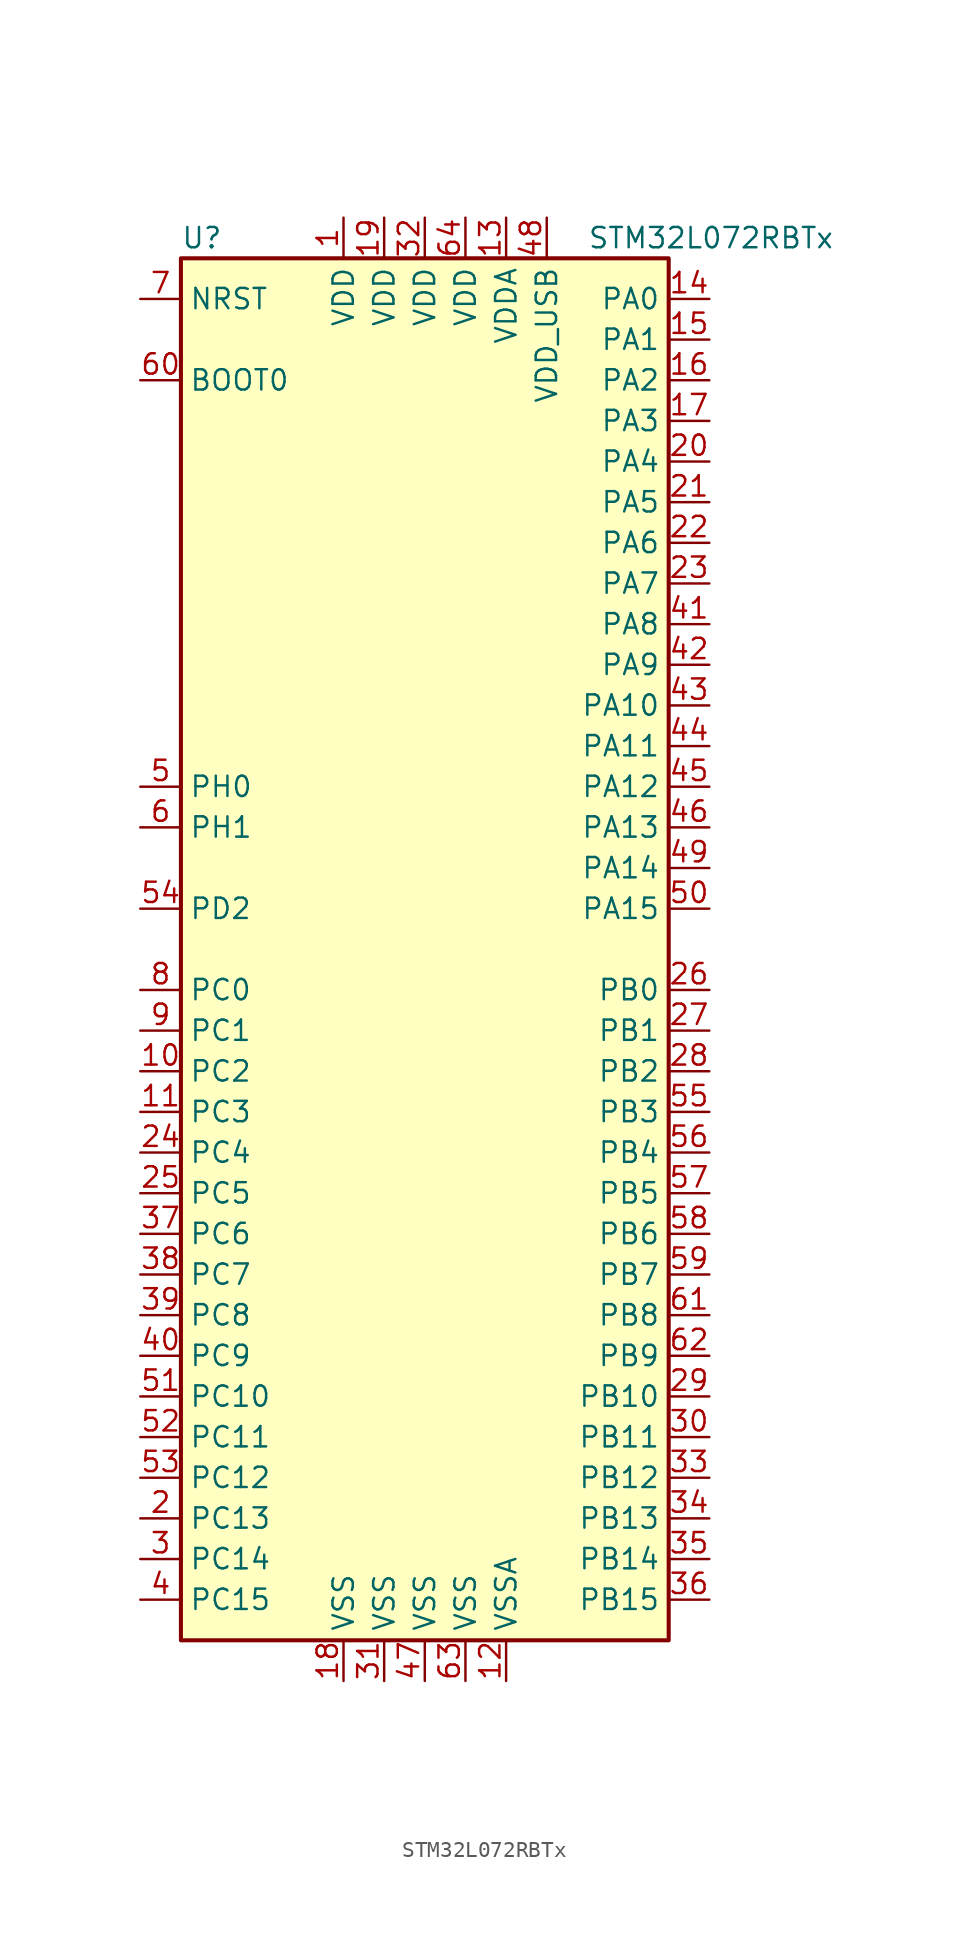
<source format=kicad_sym>
(kicad_symbol_lib
  (version 20201005)
  (generator kicad_symbol_editor)
  (symbol "MCU_ST_STM32L0:STM32L072RBTx"
    (property "Reference" "U"
      (at -15.24 44.45 0)
      (effects (font (size 1.27 1.27)) (justify left)))
    (property "Value" "STM32L072RBTx"
      (at 10.16 44.45 0)
      (effects (font (size 1.27 1.27)) (justify left)))
    (symbol "STM32L072RBTx_0_1"
      (rectangle (start -15.24 -43.18) (end 15.24 43.18) (stroke (width 0.254)) (fill (type background))))
    (symbol "STM32L072RBTx_1_1"
      (pin input line (at -17.78 35.56 0) (length 2.54) (name "BOOT0" (effects (font (size 1.27 1.27)))) (number "60" (effects (font (size 1.27 1.27)))))
      (pin input line (at -17.78 40.64 0) (length 2.54) (name "NRST" (effects (font (size 1.27 1.27)))) (number "7" (effects (font (size 1.27 1.27)))))
      (pin bidirectional line (at 17.78 40.64 180) (length 2.54) (name "PA0" (effects (font (size 1.27 1.27)))) (number "14" (effects (font (size 1.27 1.27)))))
      (pin bidirectional line (at 17.78 38.1 180) (length 2.54) (name "PA1" (effects (font (size 1.27 1.27)))) (number "15" (effects (font (size 1.27 1.27)))))
      (pin bidirectional line (at 17.78 15.24 180) (length 2.54) (name "PA10" (effects (font (size 1.27 1.27)))) (number "43" (effects (font (size 1.27 1.27)))))
      (pin bidirectional line (at 17.78 12.7 180) (length 2.54) (name "PA11" (effects (font (size 1.27 1.27)))) (number "44" (effects (font (size 1.27 1.27)))))
      (pin bidirectional line (at 17.78 10.16 180) (length 2.54) (name "PA12" (effects (font (size 1.27 1.27)))) (number "45" (effects (font (size 1.27 1.27)))))
      (pin bidirectional line (at 17.78 7.62 180) (length 2.54) (name "PA13" (effects (font (size 1.27 1.27)))) (number "46" (effects (font (size 1.27 1.27)))))
      (pin bidirectional line (at 17.78 5.08 180) (length 2.54) (name "PA14" (effects (font (size 1.27 1.27)))) (number "49" (effects (font (size 1.27 1.27)))))
      (pin bidirectional line (at 17.78 2.54 180) (length 2.54) (name "PA15" (effects (font (size 1.27 1.27)))) (number "50" (effects (font (size 1.27 1.27)))))
      (pin bidirectional line (at 17.78 35.56 180) (length 2.54) (name "PA2" (effects (font (size 1.27 1.27)))) (number "16" (effects (font (size 1.27 1.27)))))
      (pin bidirectional line (at 17.78 33.02 180) (length 2.54) (name "PA3" (effects (font (size 1.27 1.27)))) (number "17" (effects (font (size 1.27 1.27)))))
      (pin bidirectional line (at 17.78 30.48 180) (length 2.54) (name "PA4" (effects (font (size 1.27 1.27)))) (number "20" (effects (font (size 1.27 1.27)))))
      (pin bidirectional line (at 17.78 27.94 180) (length 2.54) (name "PA5" (effects (font (size 1.27 1.27)))) (number "21" (effects (font (size 1.27 1.27)))))
      (pin bidirectional line (at 17.78 25.4 180) (length 2.54) (name "PA6" (effects (font (size 1.27 1.27)))) (number "22" (effects (font (size 1.27 1.27)))))
      (pin bidirectional line (at 17.78 22.86 180) (length 2.54) (name "PA7" (effects (font (size 1.27 1.27)))) (number "23" (effects (font (size 1.27 1.27)))))
      (pin bidirectional line (at 17.78 20.32 180) (length 2.54) (name "PA8" (effects (font (size 1.27 1.27)))) (number "41" (effects (font (size 1.27 1.27)))))
      (pin bidirectional line (at 17.78 17.78 180) (length 2.54) (name "PA9" (effects (font (size 1.27 1.27)))) (number "42" (effects (font (size 1.27 1.27)))))
      (pin bidirectional line (at 17.78 -2.54 180) (length 2.54) (name "PB0" (effects (font (size 1.27 1.27)))) (number "26" (effects (font (size 1.27 1.27)))))
      (pin bidirectional line (at 17.78 -5.08 180) (length 2.54) (name "PB1" (effects (font (size 1.27 1.27)))) (number "27" (effects (font (size 1.27 1.27)))))
      (pin bidirectional line (at 17.78 -27.94 180) (length 2.54) (name "PB10" (effects (font (size 1.27 1.27)))) (number "29" (effects (font (size 1.27 1.27)))))
      (pin bidirectional line (at 17.78 -30.48 180) (length 2.54) (name "PB11" (effects (font (size 1.27 1.27)))) (number "30" (effects (font (size 1.27 1.27)))))
      (pin bidirectional line (at 17.78 -33.02 180) (length 2.54) (name "PB12" (effects (font (size 1.27 1.27)))) (number "33" (effects (font (size 1.27 1.27)))))
      (pin bidirectional line (at 17.78 -35.56 180) (length 2.54) (name "PB13" (effects (font (size 1.27 1.27)))) (number "34" (effects (font (size 1.27 1.27)))))
      (pin bidirectional line (at 17.78 -38.1 180) (length 2.54) (name "PB14" (effects (font (size 1.27 1.27)))) (number "35" (effects (font (size 1.27 1.27)))))
      (pin bidirectional line (at 17.78 -40.64 180) (length 2.54) (name "PB15" (effects (font (size 1.27 1.27)))) (number "36" (effects (font (size 1.27 1.27)))))
      (pin bidirectional line (at 17.78 -7.62 180) (length 2.54) (name "PB2" (effects (font (size 1.27 1.27)))) (number "28" (effects (font (size 1.27 1.27)))))
      (pin bidirectional line (at 17.78 -10.16 180) (length 2.54) (name "PB3" (effects (font (size 1.27 1.27)))) (number "55" (effects (font (size 1.27 1.27)))))
      (pin bidirectional line (at 17.78 -12.7 180) (length 2.54) (name "PB4" (effects (font (size 1.27 1.27)))) (number "56" (effects (font (size 1.27 1.27)))))
      (pin bidirectional line (at 17.78 -15.24 180) (length 2.54) (name "PB5" (effects (font (size 1.27 1.27)))) (number "57" (effects (font (size 1.27 1.27)))))
      (pin bidirectional line (at 17.78 -17.78 180) (length 2.54) (name "PB6" (effects (font (size 1.27 1.27)))) (number "58" (effects (font (size 1.27 1.27)))))
      (pin bidirectional line (at 17.78 -20.32 180) (length 2.54) (name "PB7" (effects (font (size 1.27 1.27)))) (number "59" (effects (font (size 1.27 1.27)))))
      (pin bidirectional line (at 17.78 -22.86 180) (length 2.54) (name "PB8" (effects (font (size 1.27 1.27)))) (number "61" (effects (font (size 1.27 1.27)))))
      (pin bidirectional line (at 17.78 -25.4 180) (length 2.54) (name "PB9" (effects (font (size 1.27 1.27)))) (number "62" (effects (font (size 1.27 1.27)))))
      (pin bidirectional line (at -17.78 -2.54 0) (length 2.54) (name "PC0" (effects (font (size 1.27 1.27)))) (number "8" (effects (font (size 1.27 1.27)))))
      (pin bidirectional line (at -17.78 -5.08 0) (length 2.54) (name "PC1" (effects (font (size 1.27 1.27)))) (number "9" (effects (font (size 1.27 1.27)))))
      (pin bidirectional line (at -17.78 -27.94 0) (length 2.54) (name "PC10" (effects (font (size 1.27 1.27)))) (number "51" (effects (font (size 1.27 1.27)))))
      (pin bidirectional line (at -17.78 -30.48 0) (length 2.54) (name "PC11" (effects (font (size 1.27 1.27)))) (number "52" (effects (font (size 1.27 1.27)))))
      (pin bidirectional line (at -17.78 -33.02 0) (length 2.54) (name "PC12" (effects (font (size 1.27 1.27)))) (number "53" (effects (font (size 1.27 1.27)))))
      (pin bidirectional line (at -17.78 -35.56 0) (length 2.54) (name "PC13" (effects (font (size 1.27 1.27)))) (number "2" (effects (font (size 1.27 1.27)))))
      (pin bidirectional line (at -17.78 -38.1 0) (length 2.54) (name "PC14" (effects (font (size 1.27 1.27)))) (number "3" (effects (font (size 1.27 1.27)))))
      (pin bidirectional line (at -17.78 -40.64 0) (length 2.54) (name "PC15" (effects (font (size 1.27 1.27)))) (number "4" (effects (font (size 1.27 1.27)))))
      (pin bidirectional line (at -17.78 -7.62 0) (length 2.54) (name "PC2" (effects (font (size 1.27 1.27)))) (number "10" (effects (font (size 1.27 1.27)))))
      (pin bidirectional line (at -17.78 -10.16 0) (length 2.54) (name "PC3" (effects (font (size 1.27 1.27)))) (number "11" (effects (font (size 1.27 1.27)))))
      (pin bidirectional line (at -17.78 -12.7 0) (length 2.54) (name "PC4" (effects (font (size 1.27 1.27)))) (number "24" (effects (font (size 1.27 1.27)))))
      (pin bidirectional line (at -17.78 -15.24 0) (length 2.54) (name "PC5" (effects (font (size 1.27 1.27)))) (number "25" (effects (font (size 1.27 1.27)))))
      (pin bidirectional line (at -17.78 -17.78 0) (length 2.54) (name "PC6" (effects (font (size 1.27 1.27)))) (number "37" (effects (font (size 1.27 1.27)))))
      (pin bidirectional line (at -17.78 -20.32 0) (length 2.54) (name "PC7" (effects (font (size 1.27 1.27)))) (number "38" (effects (font (size 1.27 1.27)))))
      (pin bidirectional line (at -17.78 -22.86 0) (length 2.54) (name "PC8" (effects (font (size 1.27 1.27)))) (number "39" (effects (font (size 1.27 1.27)))))
      (pin bidirectional line (at -17.78 -25.4 0) (length 2.54) (name "PC9" (effects (font (size 1.27 1.27)))) (number "40" (effects (font (size 1.27 1.27)))))
      (pin bidirectional line (at -17.78 2.54 0) (length 2.54) (name "PD2" (effects (font (size 1.27 1.27)))) (number "54" (effects (font (size 1.27 1.27)))))
      (pin input line (at -17.78 10.16 0) (length 2.54) (name "PH0" (effects (font (size 1.27 1.27)))) (number "5" (effects (font (size 1.27 1.27)))))
      (pin input line (at -17.78 7.62 0) (length 2.54) (name "PH1" (effects (font (size 1.27 1.27)))) (number "6" (effects (font (size 1.27 1.27)))))
      (pin power_in line (at -5.08 45.72 270) (length 2.54) (name "VDD" (effects (font (size 1.27 1.27)))) (number "1" (effects (font (size 1.27 1.27)))))
      (pin power_in line (at -2.54 45.72 270) (length 2.54) (name "VDD" (effects (font (size 1.27 1.27)))) (number "19" (effects (font (size 1.27 1.27)))))
      (pin power_in line (at 0 45.72 270) (length 2.54) (name "VDD" (effects (font (size 1.27 1.27)))) (number "32" (effects (font (size 1.27 1.27)))))
      (pin power_in line (at 2.54 45.72 270) (length 2.54) (name "VDD" (effects (font (size 1.27 1.27)))) (number "64" (effects (font (size 1.27 1.27)))))
      (pin power_in line (at 5.08 45.72 270) (length 2.54) (name "VDDA" (effects (font (size 1.27 1.27)))) (number "13" (effects (font (size 1.27 1.27)))))
      (pin power_in line (at 7.62 45.72 270) (length 2.54) (name "VDD_USB" (effects (font (size 1.27 1.27)))) (number "48" (effects (font (size 1.27 1.27)))))
      (pin power_in line (at -5.08 -45.72 90) (length 2.54) (name "VSS" (effects (font (size 1.27 1.27)))) (number "18" (effects (font (size 1.27 1.27)))))
      (pin power_in line (at -2.54 -45.72 90) (length 2.54) (name "VSS" (effects (font (size 1.27 1.27)))) (number "31" (effects (font (size 1.27 1.27)))))
      (pin power_in line (at 0 -45.72 90) (length 2.54) (name "VSS" (effects (font (size 1.27 1.27)))) (number "47" (effects (font (size 1.27 1.27)))))
      (pin power_in line (at 2.54 -45.72 90) (length 2.54) (name "VSS" (effects (font (size 1.27 1.27)))) (number "63" (effects (font (size 1.27 1.27)))))
      (pin power_in line (at 5.08 -45.72 90) (length 2.54) (name "VSSA" (effects (font (size 1.27 1.27)))) (number "12" (effects (font (size 1.27 1.27))))))))
</source>
